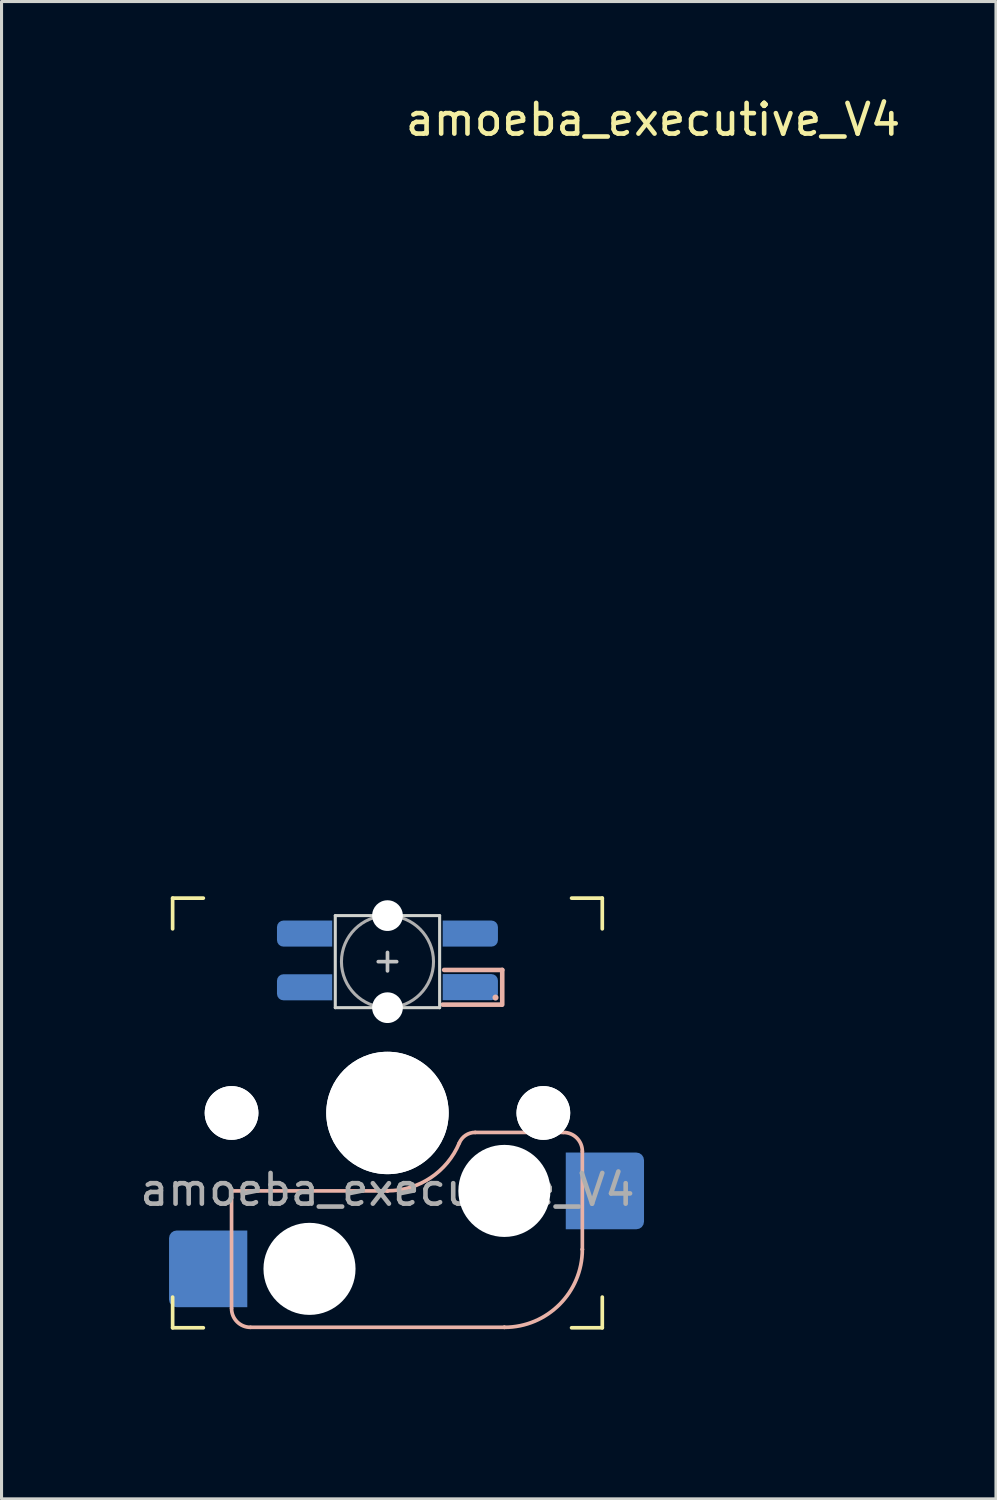
<source format=kicad_pcb>
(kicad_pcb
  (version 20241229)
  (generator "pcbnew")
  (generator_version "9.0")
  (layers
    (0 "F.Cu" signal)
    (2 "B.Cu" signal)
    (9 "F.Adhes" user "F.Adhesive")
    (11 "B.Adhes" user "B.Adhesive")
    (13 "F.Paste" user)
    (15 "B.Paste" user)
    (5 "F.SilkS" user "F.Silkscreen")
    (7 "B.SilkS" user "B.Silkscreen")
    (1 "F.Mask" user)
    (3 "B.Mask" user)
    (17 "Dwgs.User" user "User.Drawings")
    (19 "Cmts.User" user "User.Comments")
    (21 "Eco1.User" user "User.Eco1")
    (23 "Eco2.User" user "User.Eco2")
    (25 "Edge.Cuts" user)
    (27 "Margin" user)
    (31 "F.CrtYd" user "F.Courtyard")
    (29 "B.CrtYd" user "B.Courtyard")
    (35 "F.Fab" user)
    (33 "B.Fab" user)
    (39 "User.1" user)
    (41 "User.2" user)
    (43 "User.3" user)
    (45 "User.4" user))
  (footprint "amoeba_executive_V4"
    (layer "F.Cu")
    (at 9.575 33.215)
    (property "Reference" "amoeba_executive_V4" (at 8.655 -32.367 0) (unlocked yes) (layer "F.SilkS") (effects (font (size 1 1) (thickness 0.15))))
    (attr through_hole)
    (fp_line (start -7 -7) (end -7 -6) (stroke (width 0.12) (type default)) (layer "F.SilkS"))
    (fp_line (start -7 -7) (end -6 -7) (stroke (width 0.12) (type default)) (layer "F.SilkS"))
    (fp_line (start -7 7) (end -7 6) (stroke (width 0.12) (type default)) (layer "F.SilkS"))
    (fp_line (start -6 7) (end -7 7) (stroke (width 0.12) (type default)) (layer "F.SilkS"))
    (fp_line (start 7 -7) (end 6 -7) (stroke (width 0.12) (type default)) (layer "F.SilkS"))
    (fp_line (start 7 -6) (end 7 -7) (stroke (width 0.12) (type default)) (layer "F.SilkS"))
    (fp_line (start 7 6) (end 7 7) (stroke (width 0.12) (type default)) (layer "F.SilkS"))
    (fp_line (start 7 7) (end 6 7) (stroke (width 0.12) (type default)) (layer "F.SilkS"))
    (fp_line (start -5.08 2.54) (end -5.08 2.54) (stroke (width 0.12) (type solid)) (layer "B.SilkS"))
    (fp_line (start -5.08 2.54) (end -5.08 2.54) (stroke (width 0.12) (type solid)) (layer "B.SilkS"))
    (fp_line (start -5.08 6.36) (end -5.08 2.54) (stroke (width 0.12) (type solid)) (layer "B.SilkS"))
    (fp_line (start -4.46 6.985) (end 3.81 6.985) (stroke (width 0.12) (type solid)) (layer "B.SilkS"))
    (fp_line (start 0 2.54) (end -5.08 2.54) (stroke (width 0.12) (type solid)) (layer "B.SilkS"))
    (fp_line (start 0 2.54) (end 0 2.54) (stroke (width 0.12) (type solid)) (layer "B.SilkS"))
    (fp_line (start 1.8 -3.53) (end 3.724 -3.53) (stroke (width 0.15) (type solid)) (layer "B.SilkS"))
    (fp_line (start 2.86 0.635) (end 5.72 0.635) (stroke (width 0.12) (type solid)) (layer "B.SilkS"))
    (fp_line (start 3.74 -4.66) (end 1.847 -4.66) (stroke (width 0.15) (type solid)) (layer "B.SilkS"))
    (fp_line (start 3.74 -3.53) (end 3.74 -4.66) (stroke (width 0.15) (type solid)) (layer "B.SilkS"))
    (fp_line (start 3.81 6.985) (end 3.81 6.985) (stroke (width 0.12) (type solid)) (layer "B.SilkS"))
    (fp_line (start 6.35 1.25) (end 6.35 4.445) (stroke (width 0.12) (type solid)) (layer "B.SilkS"))
    (fp_line (start 6.35 4.445) (end 6.35 4.445) (stroke (width 0.12) (type solid)) (layer "B.SilkS"))
    (fp_arc (start -4.465 6.985) (mid -4.899871 6.804871) (end -5.08 6.37) (stroke (width 0.12) (type default)) (layer "B.SilkS"))
    (fp_arc (start 2.34 0.98) (mid 1.405313 2.11213) (end 0 2.536928) (stroke (width 0.12) (type solid)) (layer "B.SilkS"))
    (fp_arc (start 2.34 0.98) (mid 2.547383 0.727891) (end 2.859999 0.633863) (stroke (width 0.12) (type default)) (layer "B.SilkS"))
    (fp_arc (start 5.735129 0.635) (mid 6.170016 0.815134) (end 6.350129 1.25) (stroke (width 0.12) (type default)) (layer "B.SilkS"))
    (fp_arc (start 6.35 4.445) (mid 5.606051 6.241051) (end 3.81 6.985) (stroke (width 0.12) (type solid)) (layer "B.SilkS"))
    (fp_circle (center 3.521 -3.76) (end 3.62 -3.76) (stroke (width 0) (type solid)) (fill yes) (layer "B.SilkS"))
    (fp_line (start -0.299 -4.93) (end 0.3 -4.93) (stroke (width 0.12) (type solid)) (layer "Dwgs.User"))
    (fp_line (start 0.001 -4.63) (end 0.001 -5.23) (stroke (width 0.12) (type solid)) (layer "Dwgs.User"))
    (fp_line (start -9.525 -9.525) (end -9.525 -9.525) (stroke (width 0.1) (type solid)) (layer "Eco2.User"))
    (fp_line (start -9.525 9.525) (end -9.525 9.525) (stroke (width 0.1) (type solid)) (layer "Eco2.User"))
    (fp_line (start 7 -7) (end 7 -6) (stroke (width 0.12) (type default)) (layer "Eco2.User"))
    (fp_line (start 7 7) (end 7 6) (stroke (width 0.12) (type default)) (layer "Eco2.User"))
    (fp_line (start 9.525 -9.525) (end 9.525 -9.525) (stroke (width 0.1) (type solid)) (layer "Eco2.User"))
    (fp_line (start 9.525 9.525) (end 9.525 9.525) (stroke (width 0.1) (type solid)) (layer "Eco2.User"))
    (fp_rect (start 7 7) (end -7 -7) (stroke (width 0.1) (type default)) (fill no) (layer "Eco2.User"))
    (fp_line (start -1.7 -6.43) (end -1.7 -3.43) (stroke (width 0.1) (type solid)) (layer "Edge.Cuts"))
    (fp_line (start 1.7 -6.43) (end -1.7 -6.43) (stroke (width 0.1) (type solid)) (layer "Edge.Cuts"))
    (fp_line (start 1.7 -3.43) (end -1.7 -3.43) (stroke (width 0.1) (type solid)) (layer "Edge.Cuts"))
    (fp_line (start 1.7 -3.43) (end 1.7 -6.43) (stroke (width 0.1) (type solid)) (layer "Edge.Cuts"))
    (fp_circle (center 0.001 -4.93) (end 0.001 -6.43) (stroke (width 0.1) (type solid)) (fill no) (layer "F.Fab"))
    (fp_line (start -9.525 9.525) (end -9.525 -9.525) (stroke (width 0.1) (type solid)) (layer "User.2"))
    (fp_line (start 9.525 -9.525) (end -9.525 -9.525) (stroke (width 0.1) (type solid)) (layer "User.2"))
    (fp_line (start 9.525 9.525) (end -9.525 9.525) (stroke (width 0.1) (type solid)) (layer "User.2"))
    (fp_line (start 9.525 9.525) (end 9.525 -9.525) (stroke (width 0.1) (type solid)) (layer "User.2"))
    (fp_line (start -9.525 4.91) (end -9.525 -3.81) (stroke (width 0.1) (type solid)) (layer "User.3"))
    (fp_line (start -8.255 -7.62) (end -8.255 -5.08) (stroke (width 0.1) (type solid)) (layer "User.3"))
    (fp_line (start -8.255 6.18) (end -8.255 7.62) (stroke (width 0.1) (type solid)) (layer "User.3"))
    (fp_line (start -7.62 -8.255) (end -6.35 -8.255) (stroke (width 0.1) (type solid)) (layer "User.3"))
    (fp_line (start -7.62 8.255) (end -6.35 8.255) (stroke (width 0.1) (type solid)) (layer "User.3"))
    (fp_line (start -5.08 9.525) (end 5.08 9.525) (stroke (width 0.1) (type solid)) (layer "User.3"))
    (fp_line (start 5.08 -9.525) (end -5.08 -9.525) (stroke (width 0.1) (type solid)) (layer "User.3"))
    (fp_line (start 6.35 -8.255) (end 7.62 -8.255) (stroke (width 0.1) (type solid)) (layer "User.3"))
    (fp_line (start 7.62 8.255) (end 6.35 8.255) (stroke (width 0.1) (type solid)) (layer "User.3"))
    (fp_line (start 8.255 -7.62) (end 8.255 -5.08) (stroke (width 0.1) (type solid)) (layer "User.3"))
    (fp_line (start 8.255 7.62) (end 8.255 5.08) (stroke (width 0.1) (type solid)) (layer "User.3"))
    (fp_line (start 9.525 1.27) (end 9.525 -3.81) (stroke (width 0.1) (type solid)) (layer "User.3"))
    (fp_line (start 9.525 1.27) (end 9.525 3.81) (stroke (width 0.1) (type solid)) (layer "User.3"))
    (fp_arc (start -9.525 -3.81) (mid -9.339013 -4.259013) (end -8.89 -4.445) (stroke (width 0.1) (type solid)) (layer "User.3"))
    (fp_arc (start -8.89 5.545) (mid -9.339013 5.359013) (end -9.525 4.91) (stroke (width 0.1) (type solid)) (layer "User.3"))
    (fp_arc (start -8.89 5.545) (mid -8.440987 5.730987) (end -8.255 6.18) (stroke (width 0.1) (type solid)) (layer "User.3"))
    (fp_arc (start -8.255 -7.62) (mid -8.069013 -8.069013) (end -7.62 -8.255) (stroke (width 0.1) (type solid)) (layer "User.3"))
    (fp_arc (start -8.255 -5.08) (mid -8.440987 -4.630987) (end -8.89 -4.445) (stroke (width 0.1) (type solid)) (layer "User.3"))
    (fp_arc (start -7.62 8.255) (mid -8.069013 8.069013) (end -8.255 7.62) (stroke (width 0.1) (type solid)) (layer "User.3"))
    (fp_arc (start -6.35 8.255) (mid -5.900987 8.440987) (end -5.715 8.89) (stroke (width 0.1) (type solid)) (layer "User.3"))
    (fp_arc (start -5.715 -8.89) (mid -5.900987 -8.440987) (end -6.35 -8.255) (stroke (width 0.1) (type solid)) (layer "User.3"))
    (fp_arc (start -5.715 -8.89) (mid -5.529013 -9.339013) (end -5.08 -9.525) (stroke (width 0.1) (type solid)) (layer "User.3"))
    (fp_arc (start -5.08 9.525) (mid -5.529013 9.339013) (end -5.715 8.89) (stroke (width 0.1) (type solid)) (layer "User.3"))
    (fp_arc (start 5.08 -9.525) (mid 5.529013 -9.339013) (end 5.715 -8.89) (stroke (width 0.1) (type solid)) (layer "User.3"))
    (fp_arc (start 5.715 8.89) (mid 5.529013 9.339013) (end 5.08 9.525) (stroke (width 0.1) (type solid)) (layer "User.3"))
    (fp_arc (start 5.715 8.89) (mid 5.900987 8.440987) (end 6.35 8.255) (stroke (width 0.1) (type solid)) (layer "User.3"))
    (fp_arc (start 6.35 -8.255) (mid 5.900987 -8.440987) (end 5.715 -8.89) (stroke (width 0.1) (type solid)) (layer "User.3"))
    (fp_arc (start 7.62 -8.255) (mid 8.069013 -8.069013) (end 8.255 -7.62) (stroke (width 0.1) (type solid)) (layer "User.3"))
    (fp_arc (start 8.255 5.08) (mid 8.440987 4.630987) (end 8.89 4.445) (stroke (width 0.1) (type solid)) (layer "User.3"))
    (fp_arc (start 8.255 7.62) (mid 8.069013 8.069013) (end 7.62 8.255) (stroke (width 0.1) (type solid)) (layer "User.3"))
    (fp_arc (start 8.89 -4.445) (mid 8.440987 -4.630987) (end 8.255 -5.08) (stroke (width 0.1) (type solid)) (layer "User.3"))
    (fp_arc (start 8.89 -4.445) (mid 9.339013 -4.259013) (end 9.525 -3.81) (stroke (width 0.1) (type solid)) (layer "User.3"))
    (fp_arc (start 9.525 3.81) (mid 9.339013 4.259013) (end 8.89 4.445) (stroke (width 0.1) (type solid)) (layer "User.3"))
    (fp_text user "${REFERENCE}" (at 0 2.5 0) (unlocked yes) (layer "F.Fab") (effects (font (size 1 1) (thickness 0.15))))
    (pad "" np_thru_hole circle (at -5.08 0 180) (size 1.75 1.75) (drill 1.75) (layers "*.Cu" "*.Mask"))
    (pad "" np_thru_hole circle (at -5.08 0 180) (size 1.75 1.75) (drill 1.75) (layers "*.Cu" "*.Mask"))
    (pad "" smd roundrect (at -2.689 -5.845) (size 1.82 0.85) (layers "B.Mask") (roundrect_rratio 0.25) (chamfer_ratio 0) (chamfer top_right bottom_right))
    (pad "" smd roundrect (at -2.689 -4.095) (size 1.82 0.84) (layers "B.Mask") (roundrect_rratio 0.25) (chamfer_ratio 0) (chamfer top_right bottom_right))
    (pad "" np_thru_hole circle (at -2.54 5.08 180) (size 3 3) (drill 3) (layers "*.Cu" "*.Mask"))
    (pad "" np_thru_hole circle (at 0 0 180) (size 3.988 3.988) (drill 3.988) (layers "*.Cu" "*.Mask"))
    (pad "" np_thru_hole circle (at 0 0 180) (size 3.988 3.988) (drill 3.988) (layers "*.Cu" "*.Mask"))
    (pad "" np_thru_hole circle (at 0.001 -6.43 180) (size 1 1) (drill 1) (layers "*.Cu" "*.Mask"))
    (pad "" np_thru_hole circle (at 0.001 -3.43 180) (size 1 1) (drill 1) (layers "*.Cu" "*.Mask"))
    (pad "" smd rect (at 2.471 -4.09 180) (size 1.38 0.84) (layers "B.Mask"))
    (pad "" smd roundrect (at 2.691 -5.84 180) (size 1.82 0.84) (layers "B.Mask") (roundrect_rratio 0.25) (chamfer_ratio 0) (chamfer top_right bottom_right))
    (pad "" smd roundrect (at 2.855 -4.09 180) (size 1.49 0.84) (layers "B.Mask") (roundrect_rratio 0.25) (chamfer_ratio 0.5) (chamfer top_left))
    (pad "" np_thru_hole circle (at 3.81 2.54 180) (size 3 3) (drill 3) (layers "*.Cu" "*.Mask"))
    (pad "" np_thru_hole circle (at 5.08 0 180) (size 1.75 1.75) (drill 1.75) (layers "*.Cu" "*.Mask"))
    (pad "" np_thru_hole circle (at 5.08 0 180) (size 1.75 1.75) (drill 1.75) (layers "*.Cu" "*.Mask"))
    (pad "1" smd custom (at -2.7 -5.845) (size 0.85 0.85) (layers "B.Cu") (options (anchor circle)) (primitives (gr_poly (pts (xy -0.9 -0.212) (xy -0.884 -0.294) (xy -0.838 -0.363) (xy -0.769 -0.409) (xy -0.688 -0.425) (xy 0.9 -0.425) (xy 0.9 0.425) (xy -0.688 0.425) (xy -0.769 0.409) (xy -0.838 0.363) (xy -0.884 0.294) (xy -0.9 0.212)) (width 0) (fill yes))))
    (pad "2" smd custom (at -2.7 -4.095 180) (size 0.85 0.85) (layers "B.Cu") (options (anchor circle)) (primitives (gr_poly (pts (xy -0.9 -0.425) (xy 0.688 -0.425) (xy 0.769 -0.409) (xy 0.838 -0.363) (xy 0.884 -0.294) (xy 0.9 -0.212) (xy 0.9 0.212) (xy 0.884 0.294) (xy 0.838 0.363) (xy 0.769 0.409) (xy 0.688 0.425) (xy -0.9 0.425)) (width 0) (fill yes))))
    (pad "3" smd custom (at 2.7 -4.1 180) (size 0.85 0.85) (layers "B.Cu") (options (anchor circle)) (primitives (gr_poly (pts (xy 0.9 -0.425) (xy -0.688 -0.425) (xy -0.769 -0.409) (xy -0.838 -0.363) (xy -0.884 -0.294) (xy -0.9 -0.212) (xy -0.9 0.212) (xy -0.884 0.294) (xy -0.838 0.363) (xy -0.769 0.409) (xy -0.688 0.425) (xy 0.9 0.425)) (width 0) (fill yes))))
    (pad "4" smd custom (at 2.7 -5.845) (size 0.85 0.85) (layers "B.Cu") (options (anchor circle)) (primitives (gr_poly (pts (xy -0.9 -0.425) (xy 0.688 -0.425) (xy 0.769 -0.409) (xy 0.838 -0.363) (xy 0.884 -0.294) (xy 0.9 -0.212) (xy 0.9 0.212) (xy 0.884 0.294) (xy 0.838 0.363) (xy 0.769 0.409) (xy 0.688 0.425) (xy -0.9 0.425)) (width 0) (fill yes))))
    (pad "5" smd roundrect (at 7.085 2.54 180) (size 2.55 2.5) (layers "B.Cu" "B.Mask" "B.Paste") (roundrect_rratio 0.1) (chamfer_ratio 0) (chamfer top_right bottom_right))
    (pad "6" smd roundrect (at -5.842 5.08 180) (size 2.55 2.5) (layers "B.Cu" "B.Mask" "B.Paste") (roundrect_rratio 0.1) (chamfer_ratio 0) (chamfer top_left bottom_left)))
  (gr_rect
    (start -3 -3)
    (end 29.403 45.79)
    (stroke (width 0.1) (type default))
    (fill no)
    (layer "Edge.Cuts")))
</source>
